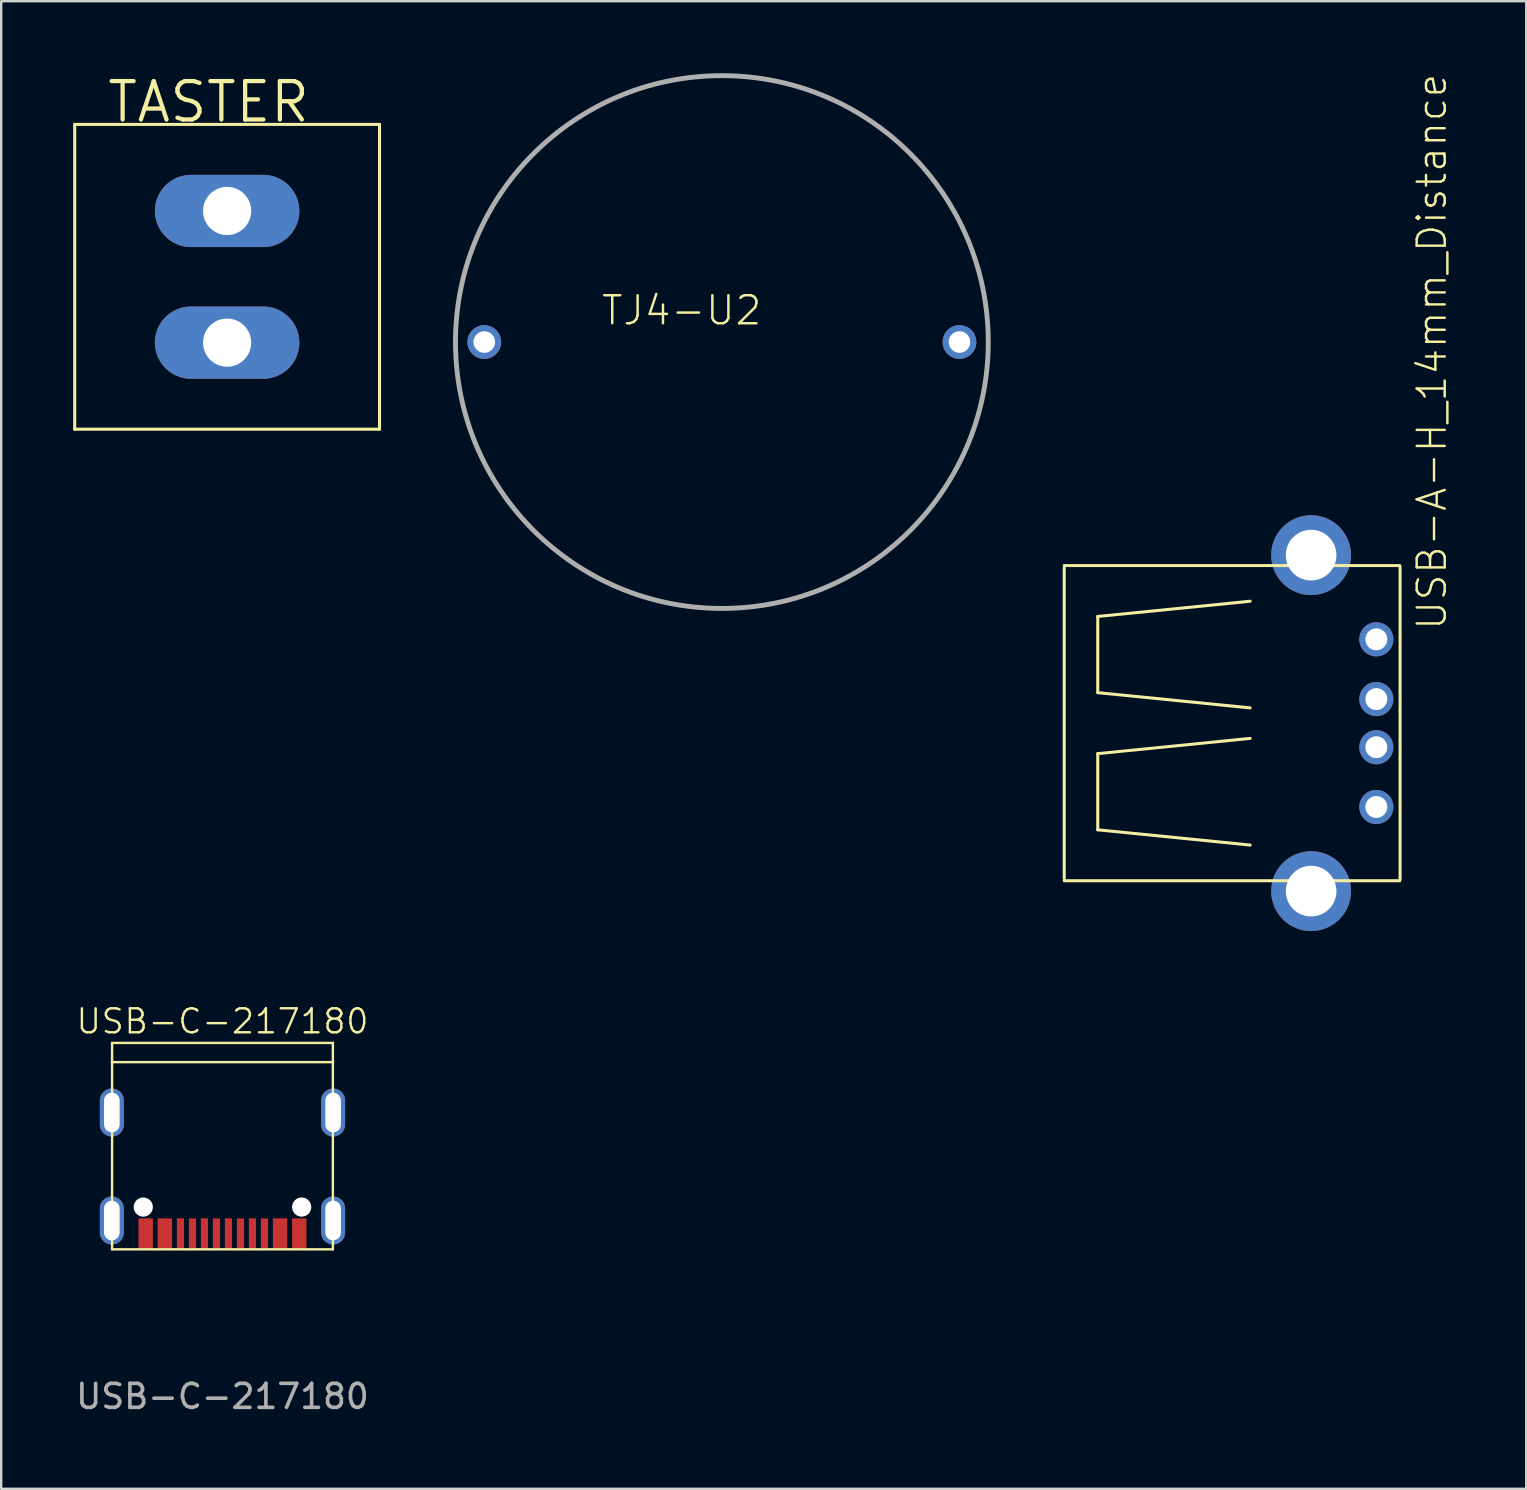
<source format=kicad_pcb>
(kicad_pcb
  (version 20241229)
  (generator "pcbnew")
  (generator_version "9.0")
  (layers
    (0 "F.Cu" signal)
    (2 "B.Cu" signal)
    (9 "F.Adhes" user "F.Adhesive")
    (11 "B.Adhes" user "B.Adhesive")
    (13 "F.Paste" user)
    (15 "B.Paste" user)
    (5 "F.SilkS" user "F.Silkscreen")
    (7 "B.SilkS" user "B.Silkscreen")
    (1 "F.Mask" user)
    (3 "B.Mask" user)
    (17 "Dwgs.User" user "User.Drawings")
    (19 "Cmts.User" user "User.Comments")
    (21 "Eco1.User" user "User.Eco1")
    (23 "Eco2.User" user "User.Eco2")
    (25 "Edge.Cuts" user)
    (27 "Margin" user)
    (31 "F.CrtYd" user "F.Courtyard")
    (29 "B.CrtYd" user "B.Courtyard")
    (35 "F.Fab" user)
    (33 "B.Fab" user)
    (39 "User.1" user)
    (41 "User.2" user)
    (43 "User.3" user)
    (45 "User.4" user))
  (footprint "USB-A-H_14mm_Distance"
    (layer "F.Cu")
    (at 51.581 27.082)
    (property "Reference" "USB-A-H_14mm_Distance" (at 5.715 -3.81 90) (layer "F.SilkS") (effects (font (size 1.168 1.168) (thickness 0.102)) (justify left bottom)))
    (fp_line (start -10.287 -6.477) (end -10.287 6.477) (stroke (width 0.127) (type solid)) (layer "F.SilkS"))
    (fp_line (start -8.89 -4.445) (end -8.89 -1.27) (stroke (width 0.127) (type solid)) (layer "F.SilkS"))
    (fp_line (start -8.89 -1.27) (end -2.54 -0.635) (stroke (width 0.127) (type solid)) (layer "F.SilkS"))
    (fp_line (start -8.89 1.27) (end -2.54 0.635) (stroke (width 0.127) (type solid)) (layer "F.SilkS"))
    (fp_line (start -8.89 4.445) (end -8.89 1.27) (stroke (width 0.127) (type solid)) (layer "F.SilkS"))
    (fp_line (start -2.54 -5.08) (end -8.89 -4.445) (stroke (width 0.127) (type solid)) (layer "F.SilkS"))
    (fp_line (start -2.54 5.08) (end -8.89 4.445) (stroke (width 0.127) (type solid)) (layer "F.SilkS"))
    (fp_line (start 3.696 -6.566) (end -10.287 -6.566) (stroke (width 0.127) (type solid)) (layer "F.SilkS"))
    (fp_line (start 3.696 6.566) (end -10.287 6.566) (stroke (width 0.127) (type solid)) (layer "F.SilkS"))
    (fp_line (start 3.708 -6.502) (end 3.708 6.502) (stroke (width 0.127) (type solid)) (layer "F.SilkS"))
    (pad "D+" thru_hole circle (at 2.718 1.003 270) (size 1.422 1.422) (drill 0.914) (layers "*.Cu" "*.Mask"))
    (pad "D-" thru_hole circle (at 2.718 -1.003 270) (size 1.422 1.422) (drill 0.914) (layers "*.Cu" "*.Mask"))
    (pad "GND" thru_hole circle (at 2.718 3.493 270) (size 1.422 1.422) (drill 0.914) (layers "*.Cu" "*.Mask"))
    (pad "GND@1" thru_hole circle (at 0 -7 270) (size 3.327 3.327) (drill 2.111) (layers "*.Cu" "*.Mask"))
    (pad "GND@2" thru_hole circle (at 0 7 270) (size 3.327 3.327) (drill 2.111) (layers "*.Cu" "*.Mask"))
    (pad "VBUS" thru_hole circle (at 2.718 -3.493 270) (size 1.422 1.422) (drill 0.914) (layers "*.Cu" "*.Mask")))
  (footprint "USB-C-217180"
    (layer "F.Cu")
    (at 6.22 41.206)
    (property "Reference" "USB-C-217180" (at 0 -1.7 0) (unlocked yes) (layer "F.SilkS") (effects (font (size 1 1) (thickness 0.1))))
    (fp_line (start -4.61 0) (end 4.61 0) (stroke (width 0.1) (type solid)) (layer "F.SilkS"))
    (fp_line (start -4.6 -0.8) (end 4.6 -0.8) (stroke (width 0.1) (type default)) (layer "F.SilkS"))
    (fp_line (start -4.6 0) (end -4.6 -0.8) (stroke (width 0.1) (type default)) (layer "F.SilkS"))
    (fp_line (start -4.6 0) (end -4.6 7.8) (stroke (width 0.1) (type default)) (layer "F.SilkS"))
    (fp_line (start -4.6 7.8) (end 4.6 7.8) (stroke (width 0.1) (type default)) (layer "F.SilkS"))
    (fp_line (start 4.6 -0.8) (end 4.6 0) (stroke (width 0.1) (type default)) (layer "F.SilkS"))
    (fp_line (start 4.6 0) (end 4.6 7.8) (stroke (width 0.1) (type default)) (layer "F.SilkS"))
    (fp_text user "${REFERENCE}" (at 0 13.93 0) (unlocked yes) (layer "F.Fab") (effects (font (size 1 1) (thickness 0.15))))
    (pad "" np_thru_hole circle (at -3.3 6.04) (size 0.8 0.8) (drill 0.8) (layers "*.Cu" "*.Mask"))
    (pad "" np_thru_hole circle (at 3.3 6.04) (size 0.8 0.8) (drill 0.8) (layers "*.Cu" "*.Mask"))
    (pad "A1B12" smd rect (at 3.2 7.16 90) (size 1.3 0.6) (layers "F.Cu" "F.Mask" "F.Paste"))
    (pad "A4B9" smd rect (at 2.4 7.16 90) (size 1.3 0.6) (layers "F.Cu" "F.Mask" "F.Paste"))
    (pad "A5" smd rect (at 1.25 7.16 90) (size 1.3 0.3) (layers "F.Cu" "F.Mask" "F.Paste"))
    (pad "A6" smd rect (at 0.25 7.16 90) (size 1.3 0.3) (layers "F.Cu" "F.Mask" "F.Paste"))
    (pad "A7" smd rect (at -0.25 7.16 90) (size 1.3 0.3) (layers "F.Cu" "F.Mask" "F.Paste"))
    (pad "A8" smd rect (at -1.25 7.16 90) (size 1.3 0.3) (layers "F.Cu" "F.Mask" "F.Paste"))
    (pad "B1A12" smd rect (at -3.2 7.16 90) (size 1.3 0.6) (layers "F.Cu" "F.Mask" "F.Paste"))
    (pad "B4A9" smd rect (at -2.4 7.16 90) (size 1.3 0.6) (layers "F.Cu" "F.Mask" "F.Paste"))
    (pad "B5" smd rect (at -1.75 7.16 90) (size 1.3 0.3) (layers "F.Cu" "F.Mask" "F.Paste"))
    (pad "B6" smd rect (at -0.75 7.16 90) (size 1.3 0.3) (layers "F.Cu" "F.Mask" "F.Paste"))
    (pad "B7" smd rect (at 0.75 7.16 90) (size 1.3 0.3) (layers "F.Cu" "F.Mask" "F.Paste"))
    (pad "B8" smd rect (at 1.75 7.16 90) (size 1.3 0.3) (layers "F.Cu" "F.Mask" "F.Paste"))
    (pad "S1" thru_hole oval (at -4.61 6.6 90) (size 2 1) (drill oval 1.65 0.65) (layers "*.Cu" "*.Mask"))
    (pad "S2" thru_hole oval (at -4.61 2.1 90) (size 2 1) (drill oval 1.65 0.65) (layers "*.Cu" "*.Mask"))
    (pad "S3" thru_hole oval (at 4.61 6.6 90) (size 2 1) (drill oval 1.65 0.65) (layers "*.Cu" "*.Mask"))
    (pad "S4" thru_hole oval (at 4.61 2.1 90) (size 2 1) (drill oval 1.65 0.65) (layers "*.Cu" "*.Mask")))
  (footprint "TJ4-U2"
    (layer "F.Cu")
    (at 27.029 11.202)
    (property "Reference" "TJ4-U2" (at -5.08 -0.635 0) (layer "F.SilkS") (effects (font (size 1.168 1.168) (thickness 0.102)) (justify left bottom)))
    (fp_circle (center 0 0) (end 11.1 0) (stroke (width 0.203) (type solid)) (fill no) (layer "F.Fab"))
    (pad "1" thru_hole circle (at -9.9 0) (size 1.408 1.408) (drill 0.9) (layers "*.Cu" "*.Mask"))
    (pad "2" thru_hole circle (at 9.9 0) (size 1.408 1.408) (drill 0.9) (layers "*.Cu" "*.Mask")))
  (footprint "TASTER"
    (layer "F.Cu")
    (at 6.413 9.754)
    (property "Reference" "TASTER" (at -5.08 -7.62 0) (layer "F.SilkS") (effects (font (size 1.6 1.6) (thickness 0.178)) (justify left bottom)))
    (fp_line (start -6.35 -7.62) (end 6.35 -7.62) (stroke (width 0.127) (type solid)) (layer "F.SilkS"))
    (fp_line (start -6.35 5.08) (end -6.35 -7.62) (stroke (width 0.127) (type solid)) (layer "F.SilkS"))
    (fp_line (start 6.35 -7.62) (end 6.35 5.08) (stroke (width 0.127) (type solid)) (layer "F.SilkS"))
    (fp_line (start 6.35 5.08) (end -6.35 5.08) (stroke (width 0.127) (type solid)) (layer "F.SilkS"))
    (pad "1" thru_hole oval (at 0 -4.013) (size 6.02 3.01) (drill 2.007) (layers "*.Cu" "*.Mask"))
    (pad "3" thru_hole oval (at 0 1.473) (size 6.02 3.01) (drill 2.007) (layers "*.Cu" "*.Mask")))
  (gr_rect
    (start -3 -3)
    (end 60.546 58.985)
    (stroke (width 0.1) (type default))
    (fill no)
    (layer "Edge.Cuts")))
</source>
